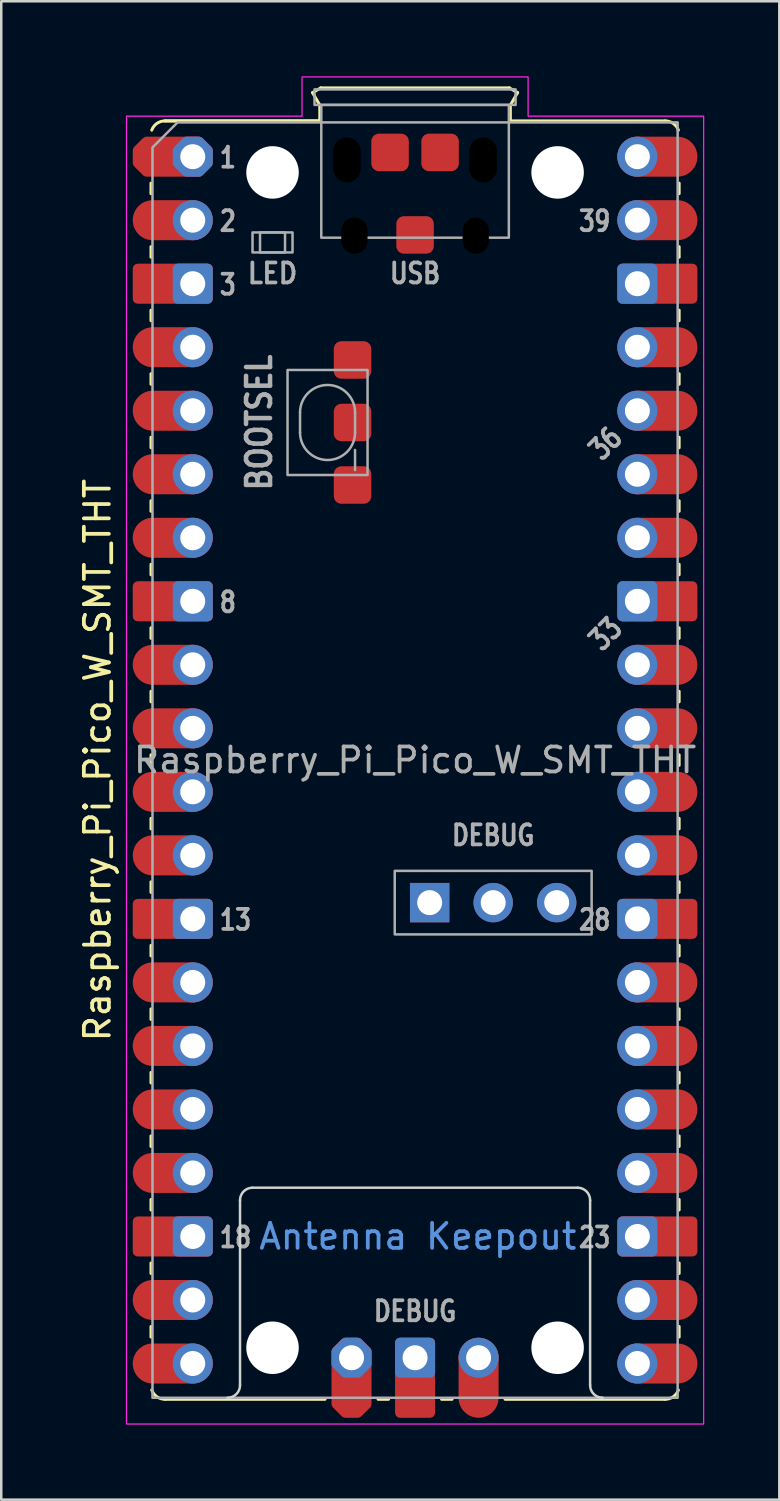
<source format=kicad_pcb>
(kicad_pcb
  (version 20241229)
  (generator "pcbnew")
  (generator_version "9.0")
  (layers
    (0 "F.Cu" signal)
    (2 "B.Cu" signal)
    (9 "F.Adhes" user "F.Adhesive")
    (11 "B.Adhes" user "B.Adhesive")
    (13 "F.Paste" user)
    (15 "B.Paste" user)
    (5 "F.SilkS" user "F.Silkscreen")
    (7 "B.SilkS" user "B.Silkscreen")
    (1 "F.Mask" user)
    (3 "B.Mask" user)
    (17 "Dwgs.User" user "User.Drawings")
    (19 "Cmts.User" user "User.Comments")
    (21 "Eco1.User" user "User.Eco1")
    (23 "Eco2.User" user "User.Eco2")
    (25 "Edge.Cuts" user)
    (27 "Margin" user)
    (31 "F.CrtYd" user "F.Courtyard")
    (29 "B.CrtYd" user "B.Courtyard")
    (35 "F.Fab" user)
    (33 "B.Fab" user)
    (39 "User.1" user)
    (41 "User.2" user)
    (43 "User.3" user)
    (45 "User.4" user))
  (footprint "Raspberry_Pi_Pico_W_SMT_THT"
    (layer "F.Cu")
    (at 4.658 3.215)
    (property "Reference" "Raspberry_Pi_Pico_W_SMT_THT" (at -3.81 24.13 270) (layer "F.SilkS") (effects (font (size 1 1) (thickness 0.15))))
    (attr through_hole)
    (fp_line (start -1.67 1.06) (end -1.67 1.48) (stroke (width 0.12) (type solid)) (layer "F.SilkS"))
    (fp_line (start -1.67 3.6) (end -1.67 4.02) (stroke (width 0.12) (type solid)) (layer "F.SilkS"))
    (fp_line (start -1.67 6.14) (end -1.67 6.56) (stroke (width 0.12) (type solid)) (layer "F.SilkS"))
    (fp_line (start -1.67 8.68) (end -1.67 9.1) (stroke (width 0.12) (type solid)) (layer "F.SilkS"))
    (fp_line (start -1.67 11.22) (end -1.67 11.64) (stroke (width 0.12) (type solid)) (layer "F.SilkS"))
    (fp_line (start -1.67 13.76) (end -1.67 14.18) (stroke (width 0.12) (type solid)) (layer "F.SilkS"))
    (fp_line (start -1.67 16.3) (end -1.67 16.72) (stroke (width 0.12) (type solid)) (layer "F.SilkS"))
    (fp_line (start -1.67 18.84) (end -1.67 19.26) (stroke (width 0.12) (type solid)) (layer "F.SilkS"))
    (fp_line (start -1.67 21.38) (end -1.67 21.8) (stroke (width 0.12) (type solid)) (layer "F.SilkS"))
    (fp_line (start -1.67 23.92) (end -1.67 24.34) (stroke (width 0.12) (type solid)) (layer "F.SilkS"))
    (fp_line (start -1.67 26.46) (end -1.67 26.88) (stroke (width 0.12) (type solid)) (layer "F.SilkS"))
    (fp_line (start -1.67 29) (end -1.67 29.42) (stroke (width 0.12) (type solid)) (layer "F.SilkS"))
    (fp_line (start -1.67 31.54) (end -1.67 31.96) (stroke (width 0.12) (type solid)) (layer "F.SilkS"))
    (fp_line (start -1.67 34.08) (end -1.67 34.5) (stroke (width 0.12) (type solid)) (layer "F.SilkS"))
    (fp_line (start -1.67 36.62) (end -1.67 37.04) (stroke (width 0.12) (type solid)) (layer "F.SilkS"))
    (fp_line (start -1.67 39.16) (end -1.67 39.58) (stroke (width 0.12) (type solid)) (layer "F.SilkS"))
    (fp_line (start -1.67 41.7) (end -1.67 42.12) (stroke (width 0.12) (type solid)) (layer "F.SilkS"))
    (fp_line (start -1.67 44.24) (end -1.67 44.66) (stroke (width 0.12) (type solid)) (layer "F.SilkS"))
    (fp_line (start -1.67 46.78) (end -1.67 47.2) (stroke (width 0.12) (type solid)) (layer "F.SilkS"))
    (fp_line (start -1.11 -1.43) (end 5.08 -1.43) (stroke (width 0.12) (type solid)) (layer "F.SilkS"))
    (fp_line (start -1.11 49.69) (end 5.29 49.69) (stroke (width 0.12) (type solid)) (layer "F.SilkS"))
    (fp_line (start 4.79 -2.56) (end 5.12 -2.75) (stroke (width 0.12) (type solid)) (layer "F.SilkS"))
    (fp_line (start 5.08 -2.06) (end 4.79 -2.56) (stroke (width 0.12) (type solid)) (layer "F.SilkS"))
    (fp_line (start 5.08 -1.43) (end -1.11 -1.43) (stroke (width 0.12) (type solid)) (layer "F.SilkS"))
    (fp_line (start 5.08 -1.43) (end 5.08 -2.06) (stroke (width 0.12) (type solid)) (layer "F.SilkS"))
    (fp_line (start 5.12 -2.75) (end 12.66 -2.75) (stroke (width 0.12) (type solid)) (layer "F.SilkS"))
    (fp_line (start 7.41 49.69) (end 7.83 49.69) (stroke (width 0.12) (type solid)) (layer "F.SilkS"))
    (fp_line (start 9.95 49.69) (end 10.37 49.69) (stroke (width 0.12) (type solid)) (layer "F.SilkS"))
    (fp_line (start 12.49 49.69) (end 18.89 49.69) (stroke (width 0.12) (type solid)) (layer "F.SilkS"))
    (fp_line (start 12.66 -2.75) (end 12.99 -2.56) (stroke (width 0.12) (type solid)) (layer "F.SilkS"))
    (fp_line (start 12.7 -2.06) (end 12.7 -1.43) (stroke (width 0.12) (type solid)) (layer "F.SilkS"))
    (fp_line (start 12.99 -2.56) (end 12.7 -2.06) (stroke (width 0.12) (type solid)) (layer "F.SilkS"))
    (fp_line (start 18.89 -1.43) (end 12.7 -1.43) (stroke (width 0.12) (type solid)) (layer "F.SilkS"))
    (fp_line (start 19.45 1.06) (end 19.45 1.48) (stroke (width 0.12) (type solid)) (layer "F.SilkS"))
    (fp_line (start 19.45 3.6) (end 19.45 4.02) (stroke (width 0.12) (type solid)) (layer "F.SilkS"))
    (fp_line (start 19.45 6.14) (end 19.45 6.56) (stroke (width 0.12) (type solid)) (layer "F.SilkS"))
    (fp_line (start 19.45 8.68) (end 19.45 9.1) (stroke (width 0.12) (type solid)) (layer "F.SilkS"))
    (fp_line (start 19.45 11.22) (end 19.45 11.64) (stroke (width 0.12) (type solid)) (layer "F.SilkS"))
    (fp_line (start 19.45 13.76) (end 19.45 14.18) (stroke (width 0.12) (type solid)) (layer "F.SilkS"))
    (fp_line (start 19.45 16.3) (end 19.45 16.72) (stroke (width 0.12) (type solid)) (layer "F.SilkS"))
    (fp_line (start 19.45 18.84) (end 19.45 19.26) (stroke (width 0.12) (type solid)) (layer "F.SilkS"))
    (fp_line (start 19.45 21.38) (end 19.45 21.8) (stroke (width 0.12) (type solid)) (layer "F.SilkS"))
    (fp_line (start 19.45 23.92) (end 19.45 24.34) (stroke (width 0.12) (type solid)) (layer "F.SilkS"))
    (fp_line (start 19.45 26.46) (end 19.45 26.88) (stroke (width 0.12) (type solid)) (layer "F.SilkS"))
    (fp_line (start 19.45 29) (end 19.45 29.42) (stroke (width 0.12) (type solid)) (layer "F.SilkS"))
    (fp_line (start 19.45 31.54) (end 19.45 31.96) (stroke (width 0.12) (type solid)) (layer "F.SilkS"))
    (fp_line (start 19.45 34.08) (end 19.45 34.5) (stroke (width 0.12) (type solid)) (layer "F.SilkS"))
    (fp_line (start 19.45 36.62) (end 19.45 37.04) (stroke (width 0.12) (type solid)) (layer "F.SilkS"))
    (fp_line (start 19.45 39.16) (end 19.45 39.58) (stroke (width 0.12) (type solid)) (layer "F.SilkS"))
    (fp_line (start 19.45 41.7) (end 19.45 42.12) (stroke (width 0.12) (type solid)) (layer "F.SilkS"))
    (fp_line (start 19.45 44.24) (end 19.45 44.66) (stroke (width 0.12) (type solid)) (layer "F.SilkS"))
    (fp_line (start 19.45 46.78) (end 19.45 47.2) (stroke (width 0.12) (type solid)) (layer "F.SilkS"))
    (fp_arc (start -1.64 -1.06) (mid -1.433508 -1.328808) (end -1.11 -1.43) (stroke (width 0.12) (type solid)) (layer "F.SilkS"))
    (fp_arc (start -1.11 49.69) (mid -1.433508 49.588809) (end -1.64 49.32) (stroke (width 0.12) (type solid)) (layer "F.SilkS"))
    (fp_arc (start 18.89 -1.43) (mid 19.213508 -1.328809) (end 19.42 -1.06) (stroke (width 0.12) (type solid)) (layer "F.SilkS"))
    (fp_arc (start 19.42 49.32) (mid 19.213508 49.588808) (end 18.89 49.69) (stroke (width 0.12) (type solid)) (layer "F.SilkS"))
    (fp_line (start 1.89 49.13) (end 1.89 41.73) (stroke (width 0.1) (type solid)) (layer "Edge.Cuts"))
    (fp_line (start 2.39 41.23) (end 15.39 41.23) (stroke (width 0.1) (type solid)) (layer "Edge.Cuts"))
    (fp_line (start 15.89 41.73) (end 15.89 49.13) (stroke (width 0.1) (type solid)) (layer "Edge.Cuts"))
    (fp_arc (start 1.89 41.73) (mid 2.036447 41.376447) (end 2.39 41.23) (stroke (width 0.1) (type solid)) (layer "Edge.Cuts"))
    (fp_arc (start 1.89 49.13) (mid 1.743553 49.483553) (end 1.39 49.63) (stroke (width 0.1) (type solid)) (layer "Edge.Cuts"))
    (fp_arc (start 15.39 41.23) (mid 15.743553 41.376447) (end 15.89 41.73) (stroke (width 0.1) (type solid)) (layer "Edge.Cuts"))
    (fp_arc (start 16.39 49.63) (mid 16.036447 49.483553) (end 15.89 49.13) (stroke (width 0.1) (type solid)) (layer "Edge.Cuts"))
    (fp_poly (pts (xy 13.41 -1.62) (xy 20.43 -1.62) (xy 20.43 50.68) (xy -2.65 50.68) (xy -2.65 -1.62) (xy 4.37 -1.62) (xy 4.37 -3.19) (xy 13.41 -3.19)) (stroke (width 0.05) (type solid)) (fill no) (layer "F.CrtYd"))
    (fp_line (start 4.29 10.23) (end 4.29 11.03) (stroke (width 0.1) (type solid)) (layer "F.Fab"))
    (fp_line (start 6.49 10.23) (end 6.49 11.03) (stroke (width 0.1) (type solid)) (layer "F.Fab"))
    (fp_line (start 6.49 11.73) (end 6.49 12.53) (stroke (width 0.1) (type solid)) (layer "F.Fab"))
    (fp_rect (start 2.39 3.03) (end 3.99 3.83) (stroke (width 0.1) (type solid)) (fill no) (layer "F.Fab"))
    (fp_rect (start 2.69 3.03) (end 3.69 3.83) (stroke (width 0.1) (type solid)) (fill no) (layer "F.Fab"))
    (fp_rect (start 3.79 8.53) (end 6.99 12.73) (stroke (width 0.1) (type solid)) (fill no) (layer "F.Fab"))
    (fp_rect (start 4.87 -2.69) (end 12.91 -2.07) (stroke (width 0.1) (type solid)) (fill no) (layer "F.Fab"))
    (fp_rect (start 5.14 -2.07) (end 12.64 3.24) (stroke (width 0.1) (type solid)) (fill no) (layer "F.Fab"))
    (fp_rect (start 8.077 28.56) (end 15.951 31.1) (stroke (width 0.1) (type solid)) (fill no) (layer "F.Fab"))
    (fp_arc (start 4.29 10.23) (mid 5.39 9.13) (end 6.49 10.23) (stroke (width 0.1) (type solid)) (layer "F.Fab"))
    (fp_arc (start 6.49 11.03) (mid 5.39 12.13) (end 4.29 11.03) (stroke (width 0.1) (type solid)) (layer "F.Fab"))
    (fp_poly (pts (xy 19.39 49.63) (xy -1.61 49.63) (xy -1.61 -0.37) (xy -0.61 -1.37) (xy 19.39 -1.37)) (stroke (width 0.1) (type solid)) (fill no) (layer "F.Fab"))
    (fp_text user "Antenna Keepout" (at 9 43.18 0) (unlocked yes) (layer "Cmts.User") (effects (font (size 1 1) (thickness 0.15))))
    (fp_text user "DEBUG" (at 12.014 27.138 0) (unlocked yes) (layer "F.Fab") (effects (font (size 0.8 0.66) (thickness 0.15))))
    (fp_text user "23" (at 16.78 43.218 0) (unlocked yes) (layer "F.Fab") (effects (font (size 0.8 0.64) (thickness 0.15)) (justify right)))
    (fp_text user "36" (at 16.51 11.468 45) (unlocked yes) (layer "F.Fab") (effects (font (size 0.8 0.64) (thickness 0.15))))
    (fp_text user "USB" (at 8.89 4.668 0) (unlocked yes) (layer "F.Fab") (effects (font (size 0.8 0.66) (thickness 0.15))))
    (fp_text user "8" (at 1 17.818 0) (unlocked yes) (layer "F.Fab") (effects (font (size 0.8 0.64) (thickness 0.15)) (justify left)))
    (fp_text user "33" (at 16.51 19.088 45) (unlocked yes) (layer "F.Fab") (effects (font (size 0.8 0.64) (thickness 0.15))))
    (fp_text user "28" (at 16.78 30.518 0) (unlocked yes) (layer "F.Fab") (effects (font (size 0.8 0.64) (thickness 0.15)) (justify right)))
    (fp_text user "DEBUG" (at 8.89 46.168 0) (unlocked yes) (layer "F.Fab") (effects (font (size 0.8 0.66) (thickness 0.15))))
    (fp_text user "3" (at 1 5.118 0) (unlocked yes) (layer "F.Fab") (effects (font (size 0.8 0.64) (thickness 0.15)) (justify left)))
    (fp_text user "1" (at 1 0.038 0) (unlocked yes) (layer "F.Fab") (effects (font (size 0.8 0.64) (thickness 0.15)) (justify left)))
    (fp_text user "2" (at 1 2.578 0) (unlocked yes) (layer "F.Fab") (effects (font (size 0.8 0.64) (thickness 0.15)) (justify left)))
    (fp_text user "39" (at 16.78 2.578 0) (unlocked yes) (layer "F.Fab") (effects (font (size 0.8 0.64) (thickness 0.15)) (justify right)))
    (fp_text user "${REFERENCE}" (at 8.89 24.13 0) (unlocked yes) (layer "F.Fab") (effects (font (size 1 1) (thickness 0.15))))
    (fp_text user "BOOTSEL" (at 2.656 10.63 90) (unlocked yes) (layer "F.Fab") (effects (font (size 0.96 0.825) (thickness 0.18))))
    (fp_text user "LED" (at 3.19 4.668 0) (unlocked yes) (layer "F.Fab") (effects (font (size 0.8 0.72) (thickness 0.15))))
    (fp_text user "13" (at 1 30.518 0) (unlocked yes) (layer "F.Fab") (effects (font (size 0.8 0.64) (thickness 0.15)) (justify left)))
    (fp_text user "18" (at 1 43.218 0) (unlocked yes) (layer "F.Fab") (effects (font (size 0.8 0.64) (thickness 0.15)) (justify left)))
    (pad "" np_thru_hole circle (at 3.19 0.63) (size 2.1 2.1) (drill 2.1) (layers "*.Cu" "*.Mask"))
    (pad "" np_thru_hole circle (at 3.19 47.63) (size 2.1 2.1) (drill 2.1) (layers "*.Cu" "*.Mask"))
    (pad "" np_thru_hole oval (at 6.165 0.13) (size 1.1 1.8) (drill oval 1.1 1.8) (layers "*.Mask"))
    (pad "" np_thru_hole oval (at 6.465 3.16) (size 1.05 1.45) (drill oval 1.05 1.45) (layers "*.Mask"))
    (pad "" np_thru_hole oval (at 11.315 3.16) (size 1.05 1.45) (drill oval 1.05 1.45) (layers "*.Mask"))
    (pad "" np_thru_hole oval (at 11.615 0.13) (size 1.1 1.8) (drill oval 1.1 1.8) (layers "*.Mask"))
    (pad "" np_thru_hole circle (at 14.59 0.63) (size 2.1 2.1) (drill 2.1) (layers "*.Cu" "*.Mask"))
    (pad "" np_thru_hole circle (at 14.59 47.63) (size 2.1 2.1) (drill 2.1) (layers "*.Cu" "*.Mask"))
    (pad "1" smd custom (at -1.6 0) (size 1.6 1.6) (layers "F.Cu" "F.Mask") (options (anchor circle)) (primitives (gr_poly (pts (xy 2.2 0.249) (xy 1.849 0.6) (xy -0.249 0.6) (xy -0.6 0.249) (xy -0.6 -0.249) (xy -0.249 -0.6) (xy 1.849 -0.6) (xy 2.2 -0.249)) (width 0.4) (fill yes))))
    (pad "1" thru_hole custom (at 0 0) (size 1.6 1.6) (drill 1) (layers "*.Cu" "*.Mask") (options (anchor circle)) (primitives (gr_poly (pts (xy 0.6 0.249) (xy 0.249 0.6) (xy -0.249 0.6) (xy -0.6 0.249) (xy -0.6 -0.249) (xy -0.249 -0.6) (xy 0.249 -0.6) (xy 0.6 -0.249)) (width 0.4) (fill yes))))
    (pad "2" smd oval (at -1.6 2.54) (size 3.2 1.6) (drill (offset 0.8 0)) (layers "F.Cu" "F.Mask"))
    (pad "2" thru_hole circle (at 0 2.54) (size 1.6 1.6) (drill 1) (layers "*.Cu" "*.Mask"))
    (pad "3" smd roundrect (at -1.6 5.08) (size 3.2 1.6) (drill (offset 0.8 0)) (layers "F.Cu" "F.Mask") (roundrect_rratio 0.125))
    (pad "3" thru_hole roundrect (at 0 5.08) (size 1.6 1.6) (drill 1) (layers "*.Cu" "*.Mask") (roundrect_rratio 0.125))
    (pad "4" smd oval (at -1.6 7.62) (size 3.2 1.6) (drill (offset 0.8 0)) (layers "F.Cu" "F.Mask"))
    (pad "4" thru_hole circle (at 0 7.62) (size 1.6 1.6) (drill 1) (layers "*.Cu" "*.Mask"))
    (pad "5" smd oval (at -1.6 10.16) (size 3.2 1.6) (drill (offset 0.8 0)) (layers "F.Cu" "F.Mask"))
    (pad "5" thru_hole circle (at 0 10.16) (size 1.6 1.6) (drill 1) (layers "*.Cu" "*.Mask"))
    (pad "6" smd oval (at -1.6 12.7) (size 3.2 1.6) (drill (offset 0.8 0)) (layers "F.Cu" "F.Mask"))
    (pad "6" thru_hole circle (at 0 12.7) (size 1.6 1.6) (drill 1) (layers "*.Cu" "*.Mask"))
    (pad "7" smd oval (at -1.6 15.24) (size 3.2 1.6) (drill (offset 0.8 0)) (layers "F.Cu" "F.Mask"))
    (pad "7" thru_hole circle (at 0 15.24) (size 1.6 1.6) (drill 1) (layers "*.Cu" "*.Mask"))
    (pad "8" smd roundrect (at -1.6 17.78) (size 3.2 1.6) (drill (offset 0.8 0)) (layers "F.Cu" "F.Mask") (roundrect_rratio 0.125))
    (pad "8" thru_hole roundrect (at 0 17.78) (size 1.6 1.6) (drill 1) (layers "*.Cu" "*.Mask") (roundrect_rratio 0.125))
    (pad "9" smd oval (at -1.6 20.32) (size 3.2 1.6) (drill (offset 0.8 0)) (layers "F.Cu" "F.Mask"))
    (pad "9" thru_hole circle (at 0 20.32) (size 1.6 1.6) (drill 1) (layers "*.Cu" "*.Mask"))
    (pad "10" smd oval (at -1.6 22.86) (size 3.2 1.6) (drill (offset 0.8 0)) (layers "F.Cu" "F.Mask"))
    (pad "10" thru_hole circle (at 0 22.86) (size 1.6 1.6) (drill 1) (layers "*.Cu" "*.Mask"))
    (pad "11" smd oval (at -1.6 25.4) (size 3.2 1.6) (drill (offset 0.8 0)) (layers "F.Cu" "F.Mask"))
    (pad "11" thru_hole circle (at 0 25.4) (size 1.6 1.6) (drill 1) (layers "*.Cu" "*.Mask"))
    (pad "12" smd oval (at -1.6 27.94) (size 3.2 1.6) (drill (offset 0.8 0)) (layers "F.Cu" "F.Mask"))
    (pad "12" thru_hole circle (at 0 27.94) (size 1.6 1.6) (drill 1) (layers "*.Cu" "*.Mask"))
    (pad "13" smd roundrect (at -1.6 30.48) (size 3.2 1.6) (drill (offset 0.8 0)) (layers "F.Cu" "F.Mask") (roundrect_rratio 0.125))
    (pad "13" thru_hole roundrect (at 0 30.48) (size 1.6 1.6) (drill 1) (layers "*.Cu" "*.Mask") (roundrect_rratio 0.125))
    (pad "14" smd oval (at -1.6 33.02) (size 3.2 1.6) (drill (offset 0.8 0)) (layers "F.Cu" "F.Mask"))
    (pad "14" thru_hole circle (at 0 33.02) (size 1.6 1.6) (drill 1) (layers "*.Cu" "*.Mask"))
    (pad "15" smd oval (at -1.6 35.56) (size 3.2 1.6) (drill (offset 0.8 0)) (layers "F.Cu" "F.Mask"))
    (pad "15" thru_hole circle (at 0 35.56) (size 1.6 1.6) (drill 1) (layers "*.Cu" "*.Mask"))
    (pad "16" smd oval (at -1.6 38.1) (size 3.2 1.6) (drill (offset 0.8 0)) (layers "F.Cu" "F.Mask"))
    (pad "16" thru_hole circle (at 0 38.1) (size 1.6 1.6) (drill 1) (layers "*.Cu" "*.Mask"))
    (pad "17" smd oval (at -1.6 40.64) (size 3.2 1.6) (drill (offset 0.8 0)) (layers "F.Cu" "F.Mask"))
    (pad "17" thru_hole circle (at 0 40.64) (size 1.6 1.6) (drill 1) (layers "*.Cu" "*.Mask"))
    (pad "18" smd roundrect (at -1.6 43.18) (size 3.2 1.6) (drill (offset 0.8 0)) (layers "F.Cu" "F.Mask") (roundrect_rratio 0.125))
    (pad "18" thru_hole roundrect (at 0 43.18) (size 1.6 1.6) (drill 1) (layers "*.Cu" "*.Mask") (roundrect_rratio 0.125))
    (pad "19" smd oval (at -1.6 45.72) (size 3.2 1.6) (drill (offset 0.8 0)) (layers "F.Cu" "F.Mask"))
    (pad "19" thru_hole circle (at 0 45.72) (size 1.6 1.6) (drill 1) (layers "*.Cu" "*.Mask"))
    (pad "20" smd oval (at -1.6 48.26) (size 3.2 1.6) (drill (offset 0.8 0)) (layers "F.Cu" "F.Mask"))
    (pad "20" thru_hole circle (at 0 48.26) (size 1.6 1.6) (drill 1) (layers "*.Cu" "*.Mask"))
    (pad "21" thru_hole circle (at 17.78 48.26) (size 1.6 1.6) (drill 1) (layers "*.Cu" "*.Mask"))
    (pad "21" smd oval (at 19.38 48.26) (size 3.2 1.6) (drill (offset -0.8 0)) (layers "F.Cu" "F.Mask"))
    (pad "22" thru_hole circle (at 17.78 45.72) (size 1.6 1.6) (drill 1) (layers "*.Cu" "*.Mask"))
    (pad "22" smd oval (at 19.38 45.72) (size 3.2 1.6) (drill (offset -0.8 0)) (layers "F.Cu" "F.Mask"))
    (pad "23" thru_hole roundrect (at 17.78 43.18) (size 1.6 1.6) (drill 1) (layers "*.Cu" "*.Mask") (roundrect_rratio 0.125))
    (pad "23" smd roundrect (at 19.38 43.18) (size 3.2 1.6) (drill (offset -0.8 0)) (layers "F.Cu" "F.Mask") (roundrect_rratio 0.125))
    (pad "24" thru_hole circle (at 17.78 40.64) (size 1.6 1.6) (drill 1) (layers "*.Cu" "*.Mask"))
    (pad "24" smd oval (at 19.38 40.64) (size 3.2 1.6) (drill (offset -0.8 0)) (layers "F.Cu" "F.Mask"))
    (pad "25" thru_hole circle (at 17.78 38.1) (size 1.6 1.6) (drill 1) (layers "*.Cu" "*.Mask"))
    (pad "25" smd oval (at 19.38 38.1) (size 3.2 1.6) (drill (offset -0.8 0)) (layers "F.Cu" "F.Mask"))
    (pad "26" thru_hole circle (at 17.78 35.56) (size 1.6 1.6) (drill 1) (layers "*.Cu" "*.Mask"))
    (pad "26" smd oval (at 19.38 35.56) (size 3.2 1.6) (drill (offset -0.8 0)) (layers "F.Cu" "F.Mask"))
    (pad "27" thru_hole circle (at 17.78 33.02) (size 1.6 1.6) (drill 1) (layers "*.Cu" "*.Mask"))
    (pad "27" smd oval (at 19.38 33.02) (size 3.2 1.6) (drill (offset -0.8 0)) (layers "F.Cu" "F.Mask"))
    (pad "28" thru_hole roundrect (at 17.78 30.48) (size 1.6 1.6) (drill 1) (layers "*.Cu" "*.Mask") (roundrect_rratio 0.125))
    (pad "28" smd roundrect (at 19.38 30.48) (size 3.2 1.6) (drill (offset -0.8 0)) (layers "F.Cu" "F.Mask") (roundrect_rratio 0.125))
    (pad "29" thru_hole circle (at 17.78 27.94) (size 1.6 1.6) (drill 1) (layers "*.Cu" "*.Mask"))
    (pad "29" smd oval (at 19.38 27.94) (size 3.2 1.6) (drill (offset -0.8 0)) (layers "F.Cu" "F.Mask"))
    (pad "30" thru_hole circle (at 17.78 25.4) (size 1.6 1.6) (drill 1) (layers "*.Cu" "*.Mask"))
    (pad "30" smd oval (at 19.38 25.4) (size 3.2 1.6) (drill (offset -0.8 0)) (layers "F.Cu" "F.Mask"))
    (pad "31" thru_hole circle (at 17.78 22.86) (size 1.6 1.6) (drill 1) (layers "*.Cu" "*.Mask"))
    (pad "31" smd oval (at 19.38 22.86) (size 3.2 1.6) (drill (offset -0.8 0)) (layers "F.Cu" "F.Mask"))
    (pad "32" thru_hole circle (at 17.78 20.32) (size 1.6 1.6) (drill 1) (layers "*.Cu" "*.Mask"))
    (pad "32" smd oval (at 19.38 20.32) (size 3.2 1.6) (drill (offset -0.8 0)) (layers "F.Cu" "F.Mask"))
    (pad "33" thru_hole roundrect (at 17.78 17.78) (size 1.6 1.6) (drill 1) (layers "*.Cu" "*.Mask") (roundrect_rratio 0.125))
    (pad "33" smd roundrect (at 19.38 17.78) (size 3.2 1.6) (drill (offset -0.8 0)) (layers "F.Cu" "F.Mask") (roundrect_rratio 0.125))
    (pad "34" thru_hole circle (at 17.78 15.24) (size 1.6 1.6) (drill 1) (layers "*.Cu" "*.Mask"))
    (pad "34" smd oval (at 19.38 15.24) (size 3.2 1.6) (drill (offset -0.8 0)) (layers "F.Cu" "F.Mask"))
    (pad "35" thru_hole circle (at 17.78 12.7) (size 1.6 1.6) (drill 1) (layers "*.Cu" "*.Mask"))
    (pad "35" smd oval (at 19.38 12.7) (size 3.2 1.6) (drill (offset -0.8 0)) (layers "F.Cu" "F.Mask"))
    (pad "36" thru_hole circle (at 17.78 10.16) (size 1.6 1.6) (drill 1) (layers "*.Cu" "*.Mask"))
    (pad "36" smd oval (at 19.38 10.16) (size 3.2 1.6) (drill (offset -0.8 0)) (layers "F.Cu" "F.Mask"))
    (pad "37" thru_hole circle (at 17.78 7.62) (size 1.6 1.6) (drill 1) (layers "*.Cu" "*.Mask"))
    (pad "37" smd oval (at 19.38 7.62) (size 3.2 1.6) (drill (offset -0.8 0)) (layers "F.Cu" "F.Mask"))
    (pad "38" thru_hole roundrect (at 17.78 5.08) (size 1.6 1.6) (drill 1) (layers "*.Cu" "*.Mask") (roundrect_rratio 0.125))
    (pad "38" smd roundrect (at 19.38 5.08) (size 3.2 1.6) (drill (offset -0.8 0)) (layers "F.Cu" "F.Mask") (roundrect_rratio 0.125))
    (pad "39" thru_hole circle (at 17.78 2.54) (size 1.6 1.6) (drill 1) (layers "*.Cu" "*.Mask"))
    (pad "39" smd oval (at 19.38 2.54) (size 3.2 1.6) (drill (offset -0.8 0)) (layers "F.Cu" "F.Mask"))
    (pad "40" thru_hole circle (at 17.78 0) (size 1.6 1.6) (drill 1) (layers "*.Cu" "*.Mask"))
    (pad "40" smd oval (at 19.38 0) (size 3.2 1.6) (drill (offset -0.8 0)) (layers "F.Cu" "F.Mask"))
    (pad "41" thru_hole custom (at 6.35 48.03) (size 1.6 1.6) (drill 1) (layers "*.Cu" "*.Mask") (options (anchor circle)) (primitives (gr_poly (pts (xy 0.6 0.249) (xy 0.249 0.6) (xy -0.249 0.6) (xy -0.6 0.249) (xy -0.6 -0.249) (xy -0.249 -0.6) (xy 0.249 -0.6) (xy 0.6 -0.249)) (width 0.4) (fill yes))))
    (pad "41" smd custom (at 6.35 49.63) (size 1.6 1.6) (layers "F.Cu" "F.Mask") (options (anchor circle)) (primitives (gr_poly (pts (xy 0.6 0.249) (xy 0.249 0.6) (xy -0.249 0.6) (xy -0.6 0.249) (xy -0.6 -1.849) (xy -0.249 -2.2) (xy 0.249 -2.2) (xy 0.6 -1.849)) (width 0.4) (fill yes))))
    (pad "41" thru_hole rect (at 9.474 29.83) (size 1.575 1.575) (drill 1) (layers "*.Cu" "*.Mask"))
    (pad "42" thru_hole roundrect (at 8.89 48.03) (size 1.6 1.6) (drill 1) (layers "*.Cu" "*.Mask") (roundrect_rratio 0.125))
    (pad "42" smd roundrect (at 8.89 49.63) (size 1.6 3.2) (drill (offset 0 -0.8)) (layers "F.Cu" "F.Mask") (roundrect_rratio 0.125))
    (pad "42" thru_hole circle (at 12.014 29.83) (size 1.575 1.575) (drill 1) (layers "*.Cu" "*.Mask"))
    (pad "43" thru_hole circle (at 11.43 48.03) (size 1.6 1.6) (drill 1) (layers "*.Cu" "*.Mask"))
    (pad "43" smd oval (at 11.43 49.63) (size 1.6 3.2) (drill (offset 0 -0.8)) (layers "F.Cu" "F.Mask"))
    (pad "43" thru_hole circle (at 14.554 29.83) (size 1.575 1.575) (drill 1) (layers "*.Cu" "*.Mask"))
    (pad "51" smd roundrect (at 8.89 3.13) (size 1.5 1.5) (property pad_prop_testpoint) (layers "F.Cu" "F.Mask") (roundrect_rratio 0.2))
    (pad "52" smd roundrect (at 9.89 -0.17) (size 1.5 1.5) (property pad_prop_testpoint) (layers "F.Cu" "F.Mask") (roundrect_rratio 0.2))
    (pad "53" smd roundrect (at 7.89 -0.17) (size 1.5 1.5) (property pad_prop_testpoint) (layers "F.Cu" "F.Mask") (roundrect_rratio 0.2))
    (pad "54" smd roundrect (at 6.39 8.13) (size 1.5 1.5) (property pad_prop_testpoint) (layers "F.Cu" "F.Mask") (roundrect_rratio 0.2))
    (pad "55" smd roundrect (at 6.39 10.63) (size 1.5 1.5) (property pad_prop_testpoint) (layers "F.Cu" "F.Mask") (roundrect_rratio 0.2))
    (pad "56" smd roundrect (at 6.39 13.13) (size 1.5 1.5) (property pad_prop_testpoint) (layers "F.Cu" "F.Mask") (roundrect_rratio 0.2))
    (zone (net_name "") (layer "F.Cu") (name "Test Point Keepout") (hatch full 0.508) (connect_pads) (min_thickness 0.254) (filled_areas_thickness no) (keepout (tracks not_allowed) (vias not_allowed) (pads allowed) (copperpour not_allowed) (footprints allowed)) (placement (enabled no)) (fill) (polygon (pts (xy 12.098 12.395) (xy 9.998 12.395) (xy 9.998 10.295) (xy 12.098 10.295))))
    (zone (net_name "") (layer "F.Cu") (name "Test Point Keepout") (hatch full 0.508) (connect_pads) (min_thickness 0.254) (filled_areas_thickness no) (keepout (tracks not_allowed) (vias not_allowed) (pads allowed) (copperpour not_allowed) (footprints allowed)) (placement (enabled no)) (fill) (polygon (pts (xy 12.098 14.895) (xy 9.998 14.895) (xy 9.998 12.795) (xy 12.098 12.795))))
    (zone (net_name "") (layer "F.Cu") (name "Test Point Keepout") (hatch full 0.508) (connect_pads) (min_thickness 0.254) (filled_areas_thickness no) (keepout (tracks not_allowed) (vias not_allowed) (pads allowed) (copperpour not_allowed) (footprints allowed)) (placement (enabled no)) (fill) (polygon (pts (xy 12.098 17.395) (xy 9.998 17.395) (xy 9.998 15.295) (xy 12.098 15.295))))
    (zone (net_name "") (layer "F.Cu") (name "Test Point Keepout") (hatch full 0.508) (connect_pads) (min_thickness 0.254) (filled_areas_thickness no) (keepout (tracks not_allowed) (vias not_allowed) (pads allowed) (copperpour not_allowed) (footprints allowed)) (placement (enabled no)) (fill) (polygon (pts (xy 14.598 7.395) (xy 12.498 7.395) (xy 12.498 5.295) (xy 14.598 5.295))))
    (zone (net_name "") (layer "F.Cu") (name "Test Point Keepout") (hatch full 0.508) (connect_pads) (min_thickness 0.254) (filled_areas_thickness no) (keepout (tracks not_allowed) (vias not_allowed) (pads allowed) (copperpour not_allowed) (footprints allowed)) (placement (enabled no)) (fill) (polygon (pts (xy 15.598 4.095) (xy 11.498 4.095) (xy 11.498 1.995) (xy 15.598 1.995))))
    (zone (net_name "") (layers "F.Cu" "F.Mask" "B.Cu" "B.Mask" "F.SilkS" "B.SilkS" "F.Adhes" "B.Adhes" "F.Paste" "B.Paste") (name "Antenna Keepout") (hatch full 0.508) (connect_pads) (min_thickness 0.254) (filled_areas_thickness no) (keepout (tracks not_allowed) (vias not_allowed) (pads not_allowed) (copperpour not_allowed) (footprints not_allowed)) (placement (enabled no)) (fill) (polygon (pts (xy 20.548 52.845) (xy 6.548 52.845) (xy 6.548 44.445) (xy 20.548 44.445)))))
  (gr_rect
    (start -3 -3)
    (end 28.113 56.92)
    (stroke (width 0.1) (type default))
    (fill no)
    (layer "Edge.Cuts")))
</source>
